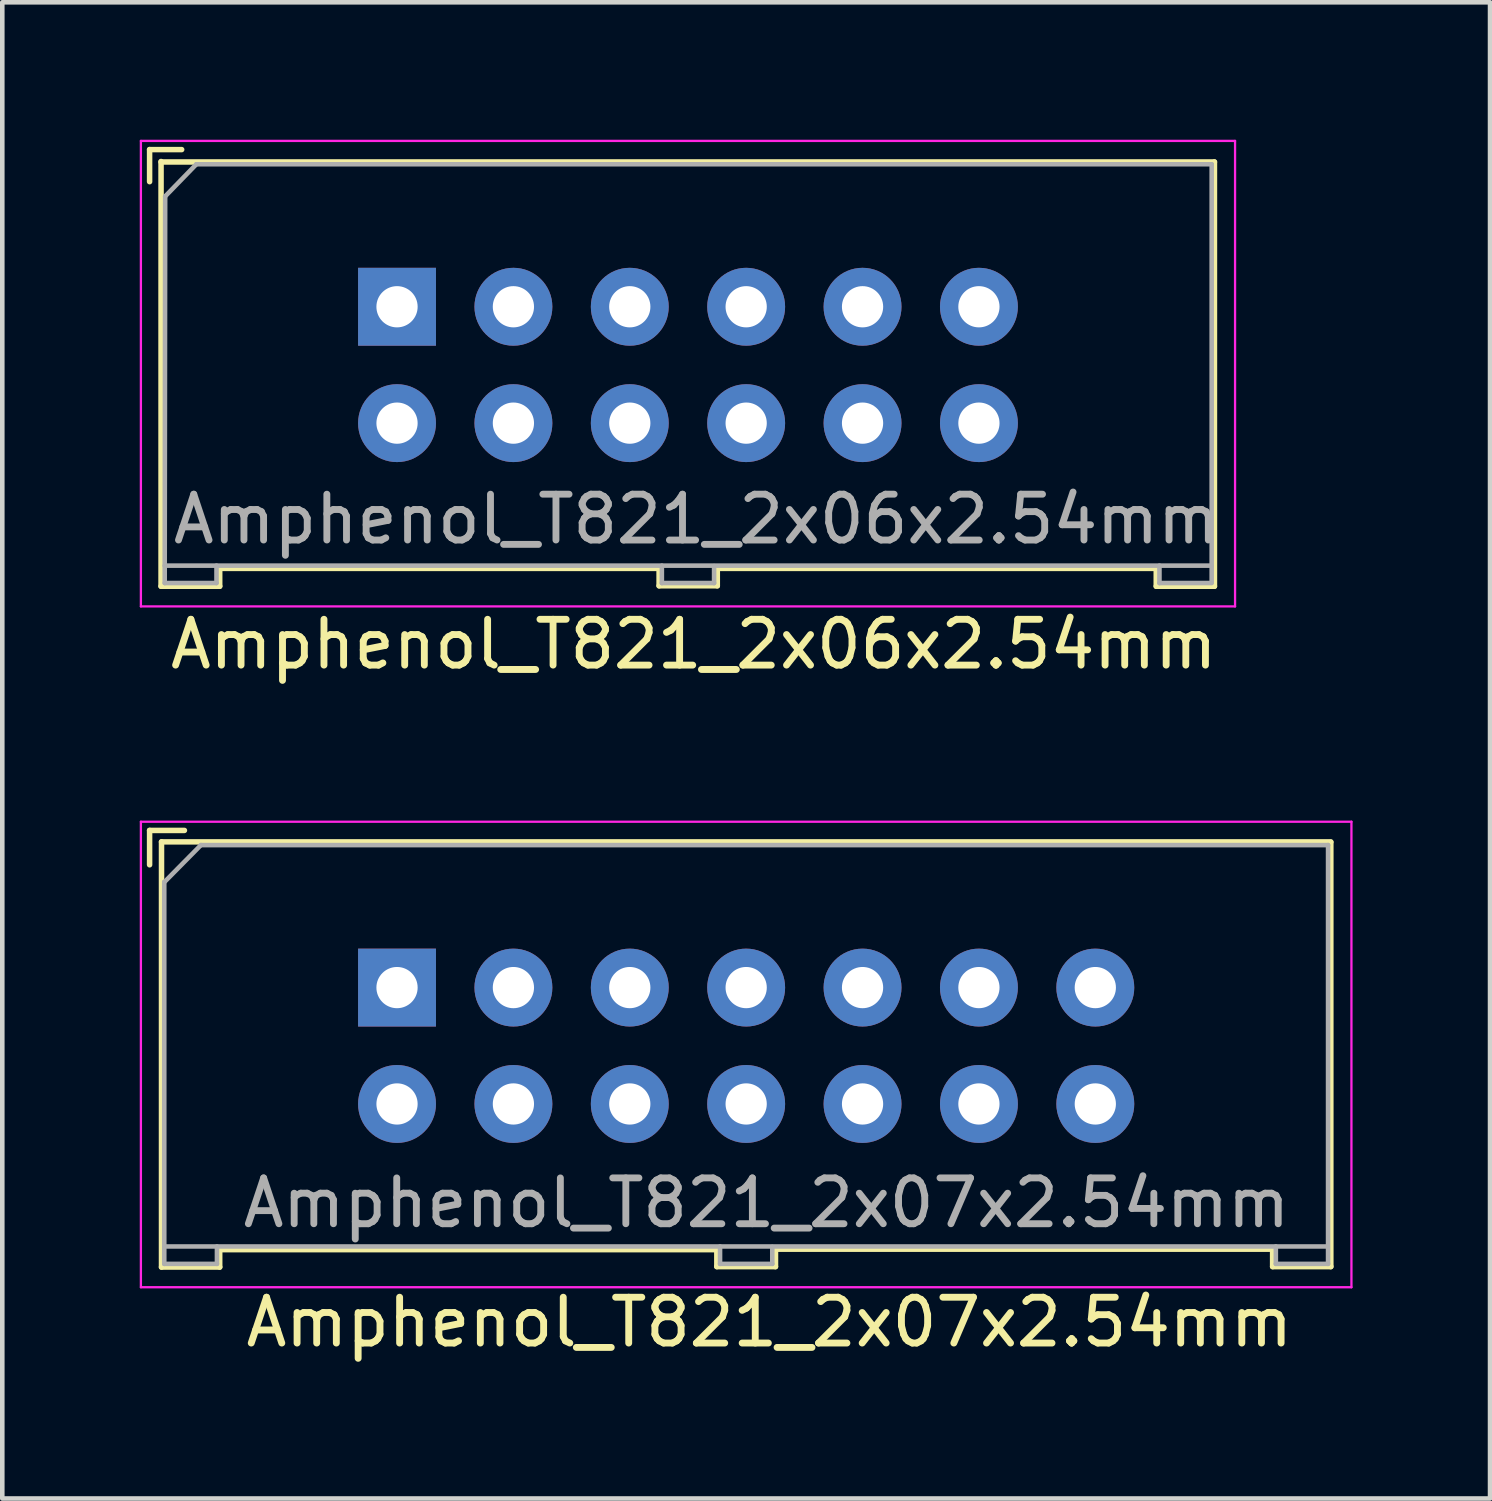
<source format=kicad_pcb>
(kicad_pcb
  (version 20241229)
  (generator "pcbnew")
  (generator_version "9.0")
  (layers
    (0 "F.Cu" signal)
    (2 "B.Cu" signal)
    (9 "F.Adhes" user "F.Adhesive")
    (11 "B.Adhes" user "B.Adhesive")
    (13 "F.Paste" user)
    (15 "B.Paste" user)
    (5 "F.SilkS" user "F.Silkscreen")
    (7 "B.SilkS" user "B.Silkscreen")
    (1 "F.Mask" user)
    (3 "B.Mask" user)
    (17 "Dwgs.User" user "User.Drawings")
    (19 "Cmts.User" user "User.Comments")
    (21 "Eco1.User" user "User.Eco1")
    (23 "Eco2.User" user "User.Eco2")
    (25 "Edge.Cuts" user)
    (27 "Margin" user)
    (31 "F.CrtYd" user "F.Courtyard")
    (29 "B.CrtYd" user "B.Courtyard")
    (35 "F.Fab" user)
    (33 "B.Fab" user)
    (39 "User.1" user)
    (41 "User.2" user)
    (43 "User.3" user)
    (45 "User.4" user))
  (footprint "Amphenol_T821_2x06x2.54mm"
    (layer "F.Cu")
    (at 5.615 3.645)
    (property "Reference" "Amphenol_T821_2x06x2.54mm" (at 6.477 7.366 0) (layer "F.SilkS") (effects (font (size 1 1) (thickness 0.15))))
    (attr through_hole)
    (fp_line (start -5.4 -3.43) (end -5.4 -2.73) (stroke (width 0.12) (type solid)) (layer "F.SilkS"))
    (fp_line (start -5.4 -3.43) (end -4.7 -3.43) (stroke (width 0.12) (type solid)) (layer "F.SilkS"))
    (fp_line (start -5.15 -3.17) (end -5.15 6.1) (stroke (width 0.12) (type solid)) (layer "F.SilkS"))
    (fp_line (start -5.15 -3.16) (end 17.84 -3.16) (stroke (width 0.12) (type solid)) (layer "F.SilkS"))
    (fp_line (start -5.15 6.1) (end -3.87 6.1) (stroke (width 0.12) (type solid)) (layer "F.SilkS"))
    (fp_line (start -3.87 5.72) (end -3.87 6.1) (stroke (width 0.12) (type solid)) (layer "F.SilkS"))
    (fp_line (start 5.72 5.71) (end -3.85 5.71) (stroke (width 0.12) (type solid)) (layer "F.SilkS"))
    (fp_line (start 5.72 6.09) (end 5.72 5.71) (stroke (width 0.12) (type solid)) (layer "F.SilkS"))
    (fp_line (start 6.99 5.71) (end 6.99 6.09) (stroke (width 0.12) (type solid)) (layer "F.SilkS"))
    (fp_line (start 6.99 5.71) (end 16.57 5.71) (stroke (width 0.12) (type solid)) (layer "F.SilkS"))
    (fp_line (start 6.99 6.09) (end 5.72 6.09) (stroke (width 0.12) (type solid)) (layer "F.SilkS"))
    (fp_line (start 16.57 6.1) (end 16.57 5.71) (stroke (width 0.12) (type solid)) (layer "F.SilkS"))
    (fp_line (start 17.84 -3.16) (end 17.84 6.1) (stroke (width 0.12) (type solid)) (layer "F.SilkS"))
    (fp_line (start 17.84 6.1) (end 16.57 6.1) (stroke (width 0.12) (type solid)) (layer "F.SilkS"))
    (fp_line (start -5.59 -3.62) (end 18.29 -3.62) (stroke (width 0.05) (type solid)) (layer "F.CrtYd"))
    (fp_line (start -5.59 6.54) (end -5.59 -3.62) (stroke (width 0.05) (type solid)) (layer "F.CrtYd"))
    (fp_line (start 18.29 6.54) (end -5.59 6.54) (stroke (width 0.05) (type solid)) (layer "F.CrtYd"))
    (fp_line (start 18.29 6.54) (end 18.29 -3.62) (stroke (width 0.05) (type solid)) (layer "F.CrtYd"))
    (fp_line (start -5.07 5.65) (end -5.07 6.03) (stroke (width 0.1) (type solid)) (layer "F.Fab"))
    (fp_line (start -5.07 6.03) (end -3.94 6.03) (stroke (width 0.1) (type solid)) (layer "F.Fab"))
    (fp_line (start -5.06 -2.41) (end -5.07 5.65) (stroke (width 0.1) (type solid)) (layer "F.Fab"))
    (fp_line (start -5.06 5.65) (end 17.78 5.65) (stroke (width 0.1) (type solid)) (layer "F.Fab"))
    (fp_line (start -4.38 -3.11) (end -5.06 -2.41) (stroke (width 0.1) (type solid)) (layer "F.Fab"))
    (fp_line (start -3.94 6.03) (end -3.94 5.65) (stroke (width 0.1) (type solid)) (layer "F.Fab"))
    (fp_line (start 5.78 6.03) (end 5.78 5.65) (stroke (width 0.1) (type solid)) (layer "F.Fab"))
    (fp_line (start 5.78 6.03) (end 6.92 6.03) (stroke (width 0.1) (type solid)) (layer "F.Fab"))
    (fp_line (start 6.92 6.03) (end 6.92 5.66) (stroke (width 0.1) (type solid)) (layer "F.Fab"))
    (fp_line (start 16.64 6.03) (end 16.64 5.65) (stroke (width 0.1) (type solid)) (layer "F.Fab"))
    (fp_line (start 17.78 -3.11) (end -4.38 -3.11) (stroke (width 0.1) (type solid)) (layer "F.Fab"))
    (fp_line (start 17.78 6) (end 17.78 -3.11) (stroke (width 0.1) (type solid)) (layer "F.Fab"))
    (fp_line (start 17.78 6.03) (end 16.64 6.03) (stroke (width 0.1) (type solid)) (layer "F.Fab"))
    (fp_text user "${REFERENCE}" (at 6.54 4.636 0) (layer "F.Fab") (effects (font (size 1 1) (thickness 0.15))))
    (pad "1" thru_hole rect (at 0 0) (size 1.7 1.7) (drill 0.9) (layers "*.Cu" "*.Mask"))
    (pad "2" thru_hole circle (at 0 2.54) (size 1.7 1.7) (drill 0.9) (layers "*.Cu" "*.Mask"))
    (pad "3" thru_hole circle (at 2.54 0) (size 1.7 1.7) (drill 0.9) (layers "*.Cu" "*.Mask"))
    (pad "4" thru_hole circle (at 2.54 2.54) (size 1.7 1.7) (drill 0.9) (layers "*.Cu" "*.Mask"))
    (pad "5" thru_hole circle (at 5.08 0) (size 1.7 1.7) (drill 0.9) (layers "*.Cu" "*.Mask"))
    (pad "6" thru_hole circle (at 5.08 2.54) (size 1.7 1.7) (drill 0.9) (layers "*.Cu" "*.Mask"))
    (pad "7" thru_hole circle (at 7.62 0) (size 1.7 1.7) (drill 0.9) (layers "*.Cu" "*.Mask"))
    (pad "8" thru_hole circle (at 7.62 2.54) (size 1.7 1.7) (drill 0.9) (layers "*.Cu" "*.Mask"))
    (pad "9" thru_hole circle (at 10.16 0) (size 1.7 1.7) (drill 0.9) (layers "*.Cu" "*.Mask"))
    (pad "10" thru_hole circle (at 10.16 2.54) (size 1.7 1.7) (drill 0.9) (layers "*.Cu" "*.Mask"))
    (pad "11" thru_hole circle (at 12.7 0) (size 1.7 1.7) (drill 0.9) (layers "*.Cu" "*.Mask"))
    (pad "12" thru_hole circle (at 12.7 2.54) (size 1.7 1.7) (drill 0.9) (layers "*.Cu" "*.Mask")))
  (footprint "Amphenol_T821_2x07x2.54mm"
    (layer "F.Cu")
    (at 5.615 18.504)
    (property "Reference" "Amphenol_T821_2x07x2.54mm" (at 8.128 7.303 0) (layer "F.SilkS") (effects (font (size 1 1) (thickness 0.15))))
    (attr through_hole)
    (fp_line (start -5.4 -3.43) (end -5.4 -2.68) (stroke (width 0.12) (type solid)) (layer "F.SilkS"))
    (fp_line (start -5.4 -3.43) (end -4.64 -3.43) (stroke (width 0.12) (type solid)) (layer "F.SilkS"))
    (fp_line (start -5.14 -3.18) (end -5.14 6.1) (stroke (width 0.12) (type solid)) (layer "F.SilkS"))
    (fp_line (start -5.14 -3.18) (end 20.38 -3.18) (stroke (width 0.12) (type solid)) (layer "F.SilkS"))
    (fp_line (start -5.14 6.1) (end -3.87 6.1) (stroke (width 0.12) (type solid)) (layer "F.SilkS"))
    (fp_line (start -3.87 5.72) (end -3.87 6.1) (stroke (width 0.12) (type solid)) (layer "F.SilkS"))
    (fp_line (start 6.98 5.72) (end -3.87 5.72) (stroke (width 0.12) (type solid)) (layer "F.SilkS"))
    (fp_line (start 6.98 6.09) (end 6.98 5.72) (stroke (width 0.12) (type solid)) (layer "F.SilkS"))
    (fp_line (start 8.26 5.71) (end 8.26 6.09) (stroke (width 0.12) (type solid)) (layer "F.SilkS"))
    (fp_line (start 8.26 5.71) (end 19.11 5.71) (stroke (width 0.12) (type solid)) (layer "F.SilkS"))
    (fp_line (start 8.26 6.09) (end 6.98 6.09) (stroke (width 0.12) (type solid)) (layer "F.SilkS"))
    (fp_line (start 19.11 6.09) (end 19.11 5.71) (stroke (width 0.12) (type solid)) (layer "F.SilkS"))
    (fp_line (start 20.38 -3.17) (end 20.38 6.09) (stroke (width 0.12) (type solid)) (layer "F.SilkS"))
    (fp_line (start 20.38 6.09) (end 19.11 6.09) (stroke (width 0.12) (type solid)) (layer "F.SilkS"))
    (fp_line (start -5.59 -3.62) (end 20.83 -3.62) (stroke (width 0.05) (type solid)) (layer "F.CrtYd"))
    (fp_line (start -5.59 6.54) (end -5.59 -3.62) (stroke (width 0.05) (type solid)) (layer "F.CrtYd"))
    (fp_line (start 20.83 6.54) (end -5.59 6.54) (stroke (width 0.05) (type solid)) (layer "F.CrtYd"))
    (fp_line (start 20.83 6.54) (end 20.83 -3.62) (stroke (width 0.05) (type solid)) (layer "F.CrtYd"))
    (fp_line (start -5.08 -2.31) (end -5.08 5.65) (stroke (width 0.1) (type solid)) (layer "F.Fab"))
    (fp_line (start -5.08 5.65) (end -5.08 6.03) (stroke (width 0.1) (type solid)) (layer "F.Fab"))
    (fp_line (start -5.08 5.65) (end 20.3 5.65) (stroke (width 0.1) (type solid)) (layer "F.Fab"))
    (fp_line (start -5.08 6.03) (end -3.93 6.03) (stroke (width 0.1) (type solid)) (layer "F.Fab"))
    (fp_line (start -4.28 -3.11) (end -5.07 -2.31) (stroke (width 0.1) (type solid)) (layer "F.Fab"))
    (fp_line (start -3.93 6.03) (end -3.93 5.65) (stroke (width 0.1) (type solid)) (layer "F.Fab"))
    (fp_line (start 7.05 6.03) (end 7.05 5.65) (stroke (width 0.1) (type solid)) (layer "F.Fab"))
    (fp_line (start 7.05 6.03) (end 8.19 6.03) (stroke (width 0.1) (type solid)) (layer "F.Fab"))
    (fp_line (start 8.19 6.03) (end 8.19 5.66) (stroke (width 0.1) (type solid)) (layer "F.Fab"))
    (fp_line (start 19.18 6.03) (end 19.18 5.65) (stroke (width 0.1) (type solid)) (layer "F.Fab"))
    (fp_line (start 20.32 -3.11) (end -4.28 -3.11) (stroke (width 0.1) (type solid)) (layer "F.Fab"))
    (fp_line (start 20.32 6.03) (end 19.18 6.03) (stroke (width 0.1) (type solid)) (layer "F.Fab"))
    (fp_line (start 20.32 6.03) (end 20.32 -3.11) (stroke (width 0.1) (type solid)) (layer "F.Fab"))
    (fp_text user "${REFERENCE}" (at 8.065 4.699 0) (layer "F.Fab") (effects (font (size 1 1) (thickness 0.15))))
    (pad "1" thru_hole rect (at 0 0) (size 1.7 1.7) (drill 0.9) (layers "*.Cu" "*.Mask"))
    (pad "2" thru_hole circle (at 0 2.54) (size 1.7 1.7) (drill 0.9) (layers "*.Cu" "*.Mask"))
    (pad "3" thru_hole circle (at 2.54 0) (size 1.7 1.7) (drill 0.9) (layers "*.Cu" "*.Mask"))
    (pad "4" thru_hole circle (at 2.54 2.54) (size 1.7 1.7) (drill 0.9) (layers "*.Cu" "*.Mask"))
    (pad "5" thru_hole circle (at 5.08 0) (size 1.7 1.7) (drill 0.9) (layers "*.Cu" "*.Mask"))
    (pad "6" thru_hole circle (at 5.08 2.54) (size 1.7 1.7) (drill 0.9) (layers "*.Cu" "*.Mask"))
    (pad "7" thru_hole circle (at 7.62 0) (size 1.7 1.7) (drill 0.9) (layers "*.Cu" "*.Mask"))
    (pad "8" thru_hole circle (at 7.62 2.54) (size 1.7 1.7) (drill 0.9) (layers "*.Cu" "*.Mask"))
    (pad "9" thru_hole circle (at 10.16 0) (size 1.7 1.7) (drill 0.9) (layers "*.Cu" "*.Mask"))
    (pad "10" thru_hole circle (at 10.16 2.54) (size 1.7 1.7) (drill 0.9) (layers "*.Cu" "*.Mask"))
    (pad "11" thru_hole circle (at 12.7 0) (size 1.7 1.7) (drill 0.9) (layers "*.Cu" "*.Mask"))
    (pad "12" thru_hole circle (at 12.7 2.54) (size 1.7 1.7) (drill 0.9) (layers "*.Cu" "*.Mask"))
    (pad "13" thru_hole circle (at 15.24 0) (size 1.7 1.7) (drill 0.9) (layers "*.Cu" "*.Mask"))
    (pad "14" thru_hole circle (at 15.24 2.54) (size 1.7 1.7) (drill 0.9) (layers "*.Cu" "*.Mask")))
  (gr_rect
    (start -3 -3)
    (end 29.47 29.655)
    (stroke (width 0.1) (type default))
    (fill no)
    (layer "Edge.Cuts")))
</source>
